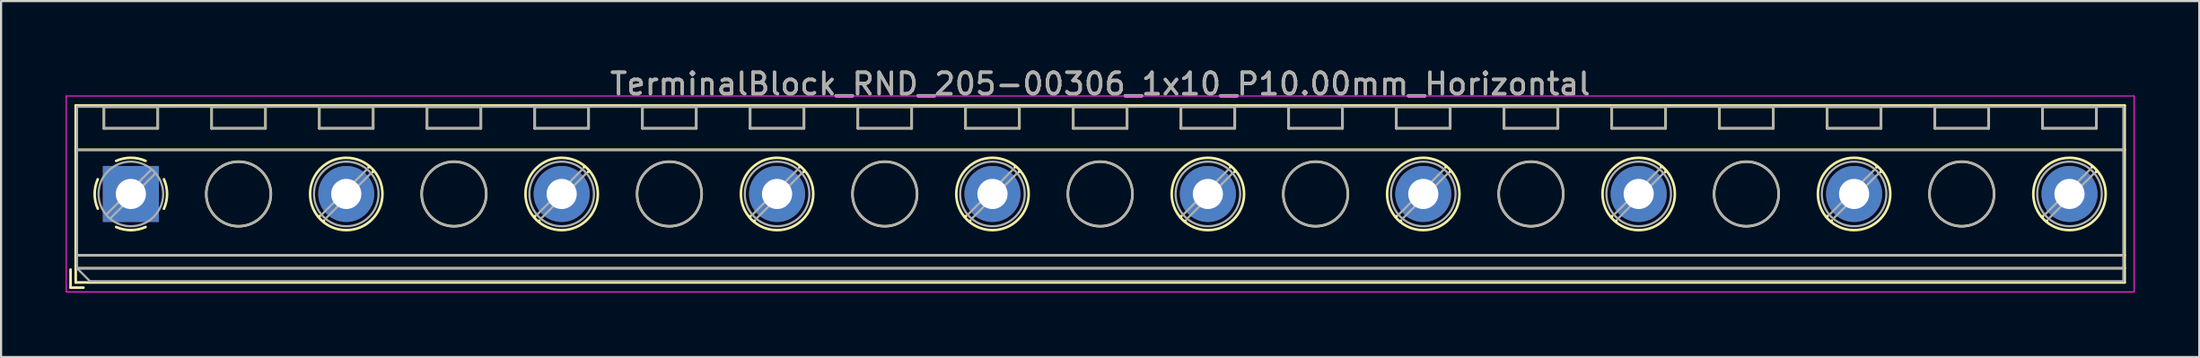
<source format=kicad_pcb>
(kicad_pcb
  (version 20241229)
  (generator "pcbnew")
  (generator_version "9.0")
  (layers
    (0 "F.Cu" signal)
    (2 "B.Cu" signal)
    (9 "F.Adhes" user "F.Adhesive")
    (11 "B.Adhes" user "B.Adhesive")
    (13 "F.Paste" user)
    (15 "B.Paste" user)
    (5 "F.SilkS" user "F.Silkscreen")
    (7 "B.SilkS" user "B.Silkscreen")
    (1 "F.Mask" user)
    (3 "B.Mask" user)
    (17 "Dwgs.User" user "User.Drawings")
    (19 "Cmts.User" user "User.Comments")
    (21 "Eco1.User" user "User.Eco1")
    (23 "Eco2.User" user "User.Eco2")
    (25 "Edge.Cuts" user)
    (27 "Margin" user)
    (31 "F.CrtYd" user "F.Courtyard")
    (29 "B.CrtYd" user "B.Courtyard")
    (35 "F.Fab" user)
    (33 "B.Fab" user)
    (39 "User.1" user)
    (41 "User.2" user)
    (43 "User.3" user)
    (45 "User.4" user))
  (footprint "TerminalBlock_RND_205-00306_1x10_P10.00mm_Horizontal"
    (layer "F.Cu")
    (at 3.025 5.958)
    (property "Reference" "TerminalBlock_RND_205-00306_1x10_P10.00mm_Horizontal" (at 45 -5.11 0) (layer "F.SilkS") (effects (font (size 1 1) (thickness 0.15))))
    (attr through_hole)
    (fp_line (start -2.8 3.51) (end -2.8 4.35) (stroke (width 0.12) (type solid)) (layer "F.SilkS"))
    (fp_line (start -2.8 4.35) (end -2.2 4.35) (stroke (width 0.12) (type solid)) (layer "F.SilkS"))
    (fp_line (start -2.56 -4.11) (end -2.56 4.11) (stroke (width 0.12) (type solid)) (layer "F.SilkS"))
    (fp_line (start -2.56 -4.11) (end 92.56 -4.11) (stroke (width 0.12) (type solid)) (layer "F.SilkS"))
    (fp_line (start -2.56 -2.05) (end 92.56 -2.05) (stroke (width 0.12) (type solid)) (layer "F.SilkS"))
    (fp_line (start -2.56 2.85) (end 92.56 2.85) (stroke (width 0.12) (type solid)) (layer "F.SilkS"))
    (fp_line (start -2.56 3.45) (end 92.56 3.45) (stroke (width 0.12) (type solid)) (layer "F.SilkS"))
    (fp_line (start -2.56 4.11) (end 92.56 4.11) (stroke (width 0.12) (type solid)) (layer "F.SilkS"))
    (fp_line (start -1.25 -4.05) (end -1.25 -3.05) (stroke (width 0.12) (type solid)) (layer "F.SilkS"))
    (fp_line (start -1.25 -4.05) (end 1.25 -4.05) (stroke (width 0.12) (type solid)) (layer "F.SilkS"))
    (fp_line (start -1.25 -3.05) (end 1.25 -3.05) (stroke (width 0.12) (type solid)) (layer "F.SilkS"))
    (fp_line (start 1.25 -4.05) (end 1.25 -3.05) (stroke (width 0.12) (type solid)) (layer "F.SilkS"))
    (fp_line (start 3.75 -4.05) (end 3.75 -3.05) (stroke (width 0.12) (type solid)) (layer "F.SilkS"))
    (fp_line (start 3.75 -4.05) (end 6.25 -4.05) (stroke (width 0.12) (type solid)) (layer "F.SilkS"))
    (fp_line (start 3.75 -3.05) (end 6.25 -3.05) (stroke (width 0.12) (type solid)) (layer "F.SilkS"))
    (fp_line (start 6.25 -4.05) (end 6.25 -3.05) (stroke (width 0.12) (type solid)) (layer "F.SilkS"))
    (fp_line (start 8.75 -4.05) (end 8.75 -3.05) (stroke (width 0.12) (type solid)) (layer "F.SilkS"))
    (fp_line (start 8.75 -4.05) (end 11.25 -4.05) (stroke (width 0.12) (type solid)) (layer "F.SilkS"))
    (fp_line (start 8.75 -3.05) (end 11.25 -3.05) (stroke (width 0.12) (type solid)) (layer "F.SilkS"))
    (fp_line (start 8.773 1.023) (end 8.726 1.069) (stroke (width 0.12) (type solid)) (layer "F.SilkS"))
    (fp_line (start 8.966 1.239) (end 8.931 1.274) (stroke (width 0.12) (type solid)) (layer "F.SilkS"))
    (fp_line (start 11.07 -1.275) (end 11.035 -1.239) (stroke (width 0.12) (type solid)) (layer "F.SilkS"))
    (fp_line (start 11.25 -4.05) (end 11.25 -3.05) (stroke (width 0.12) (type solid)) (layer "F.SilkS"))
    (fp_line (start 11.275 -1.069) (end 11.228 -1.023) (stroke (width 0.12) (type solid)) (layer "F.SilkS"))
    (fp_line (start 13.75 -4.05) (end 13.75 -3.05) (stroke (width 0.12) (type solid)) (layer "F.SilkS"))
    (fp_line (start 13.75 -4.05) (end 16.25 -4.05) (stroke (width 0.12) (type solid)) (layer "F.SilkS"))
    (fp_line (start 13.75 -3.05) (end 16.25 -3.05) (stroke (width 0.12) (type solid)) (layer "F.SilkS"))
    (fp_line (start 16.25 -4.05) (end 16.25 -3.05) (stroke (width 0.12) (type solid)) (layer "F.SilkS"))
    (fp_line (start 18.75 -4.05) (end 18.75 -3.05) (stroke (width 0.12) (type solid)) (layer "F.SilkS"))
    (fp_line (start 18.75 -4.05) (end 21.25 -4.05) (stroke (width 0.12) (type solid)) (layer "F.SilkS"))
    (fp_line (start 18.75 -3.05) (end 21.25 -3.05) (stroke (width 0.12) (type solid)) (layer "F.SilkS"))
    (fp_line (start 18.773 1.023) (end 18.726 1.069) (stroke (width 0.12) (type solid)) (layer "F.SilkS"))
    (fp_line (start 18.966 1.239) (end 18.931 1.274) (stroke (width 0.12) (type solid)) (layer "F.SilkS"))
    (fp_line (start 21.07 -1.275) (end 21.035 -1.239) (stroke (width 0.12) (type solid)) (layer "F.SilkS"))
    (fp_line (start 21.25 -4.05) (end 21.25 -3.05) (stroke (width 0.12) (type solid)) (layer "F.SilkS"))
    (fp_line (start 21.275 -1.069) (end 21.228 -1.023) (stroke (width 0.12) (type solid)) (layer "F.SilkS"))
    (fp_line (start 23.75 -4.05) (end 23.75 -3.05) (stroke (width 0.12) (type solid)) (layer "F.SilkS"))
    (fp_line (start 23.75 -4.05) (end 26.25 -4.05) (stroke (width 0.12) (type solid)) (layer "F.SilkS"))
    (fp_line (start 23.75 -3.05) (end 26.25 -3.05) (stroke (width 0.12) (type solid)) (layer "F.SilkS"))
    (fp_line (start 26.25 -4.05) (end 26.25 -3.05) (stroke (width 0.12) (type solid)) (layer "F.SilkS"))
    (fp_line (start 28.75 -4.05) (end 28.75 -3.05) (stroke (width 0.12) (type solid)) (layer "F.SilkS"))
    (fp_line (start 28.75 -4.05) (end 31.25 -4.05) (stroke (width 0.12) (type solid)) (layer "F.SilkS"))
    (fp_line (start 28.75 -3.05) (end 31.25 -3.05) (stroke (width 0.12) (type solid)) (layer "F.SilkS"))
    (fp_line (start 28.773 1.023) (end 28.726 1.069) (stroke (width 0.12) (type solid)) (layer "F.SilkS"))
    (fp_line (start 28.966 1.239) (end 28.931 1.274) (stroke (width 0.12) (type solid)) (layer "F.SilkS"))
    (fp_line (start 31.07 -1.275) (end 31.035 -1.239) (stroke (width 0.12) (type solid)) (layer "F.SilkS"))
    (fp_line (start 31.25 -4.05) (end 31.25 -3.05) (stroke (width 0.12) (type solid)) (layer "F.SilkS"))
    (fp_line (start 31.275 -1.069) (end 31.228 -1.023) (stroke (width 0.12) (type solid)) (layer "F.SilkS"))
    (fp_line (start 33.75 -4.05) (end 33.75 -3.05) (stroke (width 0.12) (type solid)) (layer "F.SilkS"))
    (fp_line (start 33.75 -4.05) (end 36.25 -4.05) (stroke (width 0.12) (type solid)) (layer "F.SilkS"))
    (fp_line (start 33.75 -3.05) (end 36.25 -3.05) (stroke (width 0.12) (type solid)) (layer "F.SilkS"))
    (fp_line (start 36.25 -4.05) (end 36.25 -3.05) (stroke (width 0.12) (type solid)) (layer "F.SilkS"))
    (fp_line (start 38.75 -4.05) (end 38.75 -3.05) (stroke (width 0.12) (type solid)) (layer "F.SilkS"))
    (fp_line (start 38.75 -4.05) (end 41.25 -4.05) (stroke (width 0.12) (type solid)) (layer "F.SilkS"))
    (fp_line (start 38.75 -3.05) (end 41.25 -3.05) (stroke (width 0.12) (type solid)) (layer "F.SilkS"))
    (fp_line (start 38.773 1.023) (end 38.726 1.069) (stroke (width 0.12) (type solid)) (layer "F.SilkS"))
    (fp_line (start 38.966 1.239) (end 38.931 1.274) (stroke (width 0.12) (type solid)) (layer "F.SilkS"))
    (fp_line (start 41.07 -1.275) (end 41.035 -1.239) (stroke (width 0.12) (type solid)) (layer "F.SilkS"))
    (fp_line (start 41.25 -4.05) (end 41.25 -3.05) (stroke (width 0.12) (type solid)) (layer "F.SilkS"))
    (fp_line (start 41.275 -1.069) (end 41.228 -1.023) (stroke (width 0.12) (type solid)) (layer "F.SilkS"))
    (fp_line (start 43.75 -4.05) (end 43.75 -3.05) (stroke (width 0.12) (type solid)) (layer "F.SilkS"))
    (fp_line (start 43.75 -4.05) (end 46.25 -4.05) (stroke (width 0.12) (type solid)) (layer "F.SilkS"))
    (fp_line (start 43.75 -3.05) (end 46.25 -3.05) (stroke (width 0.12) (type solid)) (layer "F.SilkS"))
    (fp_line (start 46.25 -4.05) (end 46.25 -3.05) (stroke (width 0.12) (type solid)) (layer "F.SilkS"))
    (fp_line (start 48.75 -4.05) (end 48.75 -3.05) (stroke (width 0.12) (type solid)) (layer "F.SilkS"))
    (fp_line (start 48.75 -4.05) (end 51.25 -4.05) (stroke (width 0.12) (type solid)) (layer "F.SilkS"))
    (fp_line (start 48.75 -3.05) (end 51.25 -3.05) (stroke (width 0.12) (type solid)) (layer "F.SilkS"))
    (fp_line (start 48.773 1.023) (end 48.726 1.069) (stroke (width 0.12) (type solid)) (layer "F.SilkS"))
    (fp_line (start 48.966 1.239) (end 48.931 1.274) (stroke (width 0.12) (type solid)) (layer "F.SilkS"))
    (fp_line (start 51.07 -1.275) (end 51.035 -1.239) (stroke (width 0.12) (type solid)) (layer "F.SilkS"))
    (fp_line (start 51.25 -4.05) (end 51.25 -3.05) (stroke (width 0.12) (type solid)) (layer "F.SilkS"))
    (fp_line (start 51.275 -1.069) (end 51.228 -1.023) (stroke (width 0.12) (type solid)) (layer "F.SilkS"))
    (fp_line (start 53.75 -4.05) (end 53.75 -3.05) (stroke (width 0.12) (type solid)) (layer "F.SilkS"))
    (fp_line (start 53.75 -4.05) (end 56.25 -4.05) (stroke (width 0.12) (type solid)) (layer "F.SilkS"))
    (fp_line (start 53.75 -3.05) (end 56.25 -3.05) (stroke (width 0.12) (type solid)) (layer "F.SilkS"))
    (fp_line (start 56.25 -4.05) (end 56.25 -3.05) (stroke (width 0.12) (type solid)) (layer "F.SilkS"))
    (fp_line (start 58.75 -4.05) (end 58.75 -3.05) (stroke (width 0.12) (type solid)) (layer "F.SilkS"))
    (fp_line (start 58.75 -4.05) (end 61.25 -4.05) (stroke (width 0.12) (type solid)) (layer "F.SilkS"))
    (fp_line (start 58.75 -3.05) (end 61.25 -3.05) (stroke (width 0.12) (type solid)) (layer "F.SilkS"))
    (fp_line (start 58.773 1.023) (end 58.726 1.069) (stroke (width 0.12) (type solid)) (layer "F.SilkS"))
    (fp_line (start 58.966 1.239) (end 58.931 1.274) (stroke (width 0.12) (type solid)) (layer "F.SilkS"))
    (fp_line (start 61.07 -1.275) (end 61.035 -1.239) (stroke (width 0.12) (type solid)) (layer "F.SilkS"))
    (fp_line (start 61.25 -4.05) (end 61.25 -3.05) (stroke (width 0.12) (type solid)) (layer "F.SilkS"))
    (fp_line (start 61.275 -1.069) (end 61.228 -1.023) (stroke (width 0.12) (type solid)) (layer "F.SilkS"))
    (fp_line (start 63.75 -4.05) (end 63.75 -3.05) (stroke (width 0.12) (type solid)) (layer "F.SilkS"))
    (fp_line (start 63.75 -4.05) (end 66.25 -4.05) (stroke (width 0.12) (type solid)) (layer "F.SilkS"))
    (fp_line (start 63.75 -3.05) (end 66.25 -3.05) (stroke (width 0.12) (type solid)) (layer "F.SilkS"))
    (fp_line (start 66.25 -4.05) (end 66.25 -3.05) (stroke (width 0.12) (type solid)) (layer "F.SilkS"))
    (fp_line (start 68.75 -4.05) (end 68.75 -3.05) (stroke (width 0.12) (type solid)) (layer "F.SilkS"))
    (fp_line (start 68.75 -4.05) (end 71.25 -4.05) (stroke (width 0.12) (type solid)) (layer "F.SilkS"))
    (fp_line (start 68.75 -3.05) (end 71.25 -3.05) (stroke (width 0.12) (type solid)) (layer "F.SilkS"))
    (fp_line (start 68.773 1.023) (end 68.726 1.069) (stroke (width 0.12) (type solid)) (layer "F.SilkS"))
    (fp_line (start 68.966 1.239) (end 68.931 1.274) (stroke (width 0.12) (type solid)) (layer "F.SilkS"))
    (fp_line (start 71.07 -1.275) (end 71.035 -1.239) (stroke (width 0.12) (type solid)) (layer "F.SilkS"))
    (fp_line (start 71.25 -4.05) (end 71.25 -3.05) (stroke (width 0.12) (type solid)) (layer "F.SilkS"))
    (fp_line (start 71.275 -1.069) (end 71.228 -1.023) (stroke (width 0.12) (type solid)) (layer "F.SilkS"))
    (fp_line (start 73.75 -4.05) (end 73.75 -3.05) (stroke (width 0.12) (type solid)) (layer "F.SilkS"))
    (fp_line (start 73.75 -4.05) (end 76.25 -4.05) (stroke (width 0.12) (type solid)) (layer "F.SilkS"))
    (fp_line (start 73.75 -3.05) (end 76.25 -3.05) (stroke (width 0.12) (type solid)) (layer "F.SilkS"))
    (fp_line (start 76.25 -4.05) (end 76.25 -3.05) (stroke (width 0.12) (type solid)) (layer "F.SilkS"))
    (fp_line (start 78.75 -4.05) (end 78.75 -3.05) (stroke (width 0.12) (type solid)) (layer "F.SilkS"))
    (fp_line (start 78.75 -4.05) (end 81.25 -4.05) (stroke (width 0.12) (type solid)) (layer "F.SilkS"))
    (fp_line (start 78.75 -3.05) (end 81.25 -3.05) (stroke (width 0.12) (type solid)) (layer "F.SilkS"))
    (fp_line (start 78.773 1.023) (end 78.726 1.069) (stroke (width 0.12) (type solid)) (layer "F.SilkS"))
    (fp_line (start 78.966 1.239) (end 78.931 1.274) (stroke (width 0.12) (type solid)) (layer "F.SilkS"))
    (fp_line (start 81.07 -1.275) (end 81.035 -1.239) (stroke (width 0.12) (type solid)) (layer "F.SilkS"))
    (fp_line (start 81.25 -4.05) (end 81.25 -3.05) (stroke (width 0.12) (type solid)) (layer "F.SilkS"))
    (fp_line (start 81.275 -1.069) (end 81.228 -1.023) (stroke (width 0.12) (type solid)) (layer "F.SilkS"))
    (fp_line (start 83.75 -4.05) (end 83.75 -3.05) (stroke (width 0.12) (type solid)) (layer "F.SilkS"))
    (fp_line (start 83.75 -4.05) (end 86.25 -4.05) (stroke (width 0.12) (type solid)) (layer "F.SilkS"))
    (fp_line (start 83.75 -3.05) (end 86.25 -3.05) (stroke (width 0.12) (type solid)) (layer "F.SilkS"))
    (fp_line (start 86.25 -4.05) (end 86.25 -3.05) (stroke (width 0.12) (type solid)) (layer "F.SilkS"))
    (fp_line (start 88.75 -4.05) (end 88.75 -3.05) (stroke (width 0.12) (type solid)) (layer "F.SilkS"))
    (fp_line (start 88.75 -4.05) (end 91.25 -4.05) (stroke (width 0.12) (type solid)) (layer "F.SilkS"))
    (fp_line (start 88.75 -3.05) (end 91.25 -3.05) (stroke (width 0.12) (type solid)) (layer "F.SilkS"))
    (fp_line (start 88.773 1.023) (end 88.726 1.069) (stroke (width 0.12) (type solid)) (layer "F.SilkS"))
    (fp_line (start 88.966 1.239) (end 88.931 1.274) (stroke (width 0.12) (type solid)) (layer "F.SilkS"))
    (fp_line (start 91.07 -1.275) (end 91.035 -1.239) (stroke (width 0.12) (type solid)) (layer "F.SilkS"))
    (fp_line (start 91.25 -4.05) (end 91.25 -3.05) (stroke (width 0.12) (type solid)) (layer "F.SilkS"))
    (fp_line (start 91.275 -1.069) (end 91.228 -1.023) (stroke (width 0.12) (type solid)) (layer "F.SilkS"))
    (fp_line (start 92.56 -4.11) (end 92.56 4.11) (stroke (width 0.12) (type solid)) (layer "F.SilkS"))
    (fp_arc (start -1.535427 0.683042) (mid -1.680501 -0.000524) (end -1.535 -0.684) (stroke (width 0.12) (type solid)) (layer "F.SilkS"))
    (fp_arc (start -0.683042 -1.535427) (mid 0.000524 -1.680501) (end 0.684 -1.535) (stroke (width 0.12) (type solid)) (layer "F.SilkS"))
    (fp_arc (start 0.028805 1.680253) (mid -0.335551 1.646659) (end -0.684 1.535) (stroke (width 0.12) (type solid)) (layer "F.SilkS"))
    (fp_arc (start 0.683318 1.534756) (mid 0.349292 1.643288) (end 0 1.68) (stroke (width 0.12) (type solid)) (layer "F.SilkS"))
    (fp_arc (start 1.535427 -0.683042) (mid 1.680501 0.000524) (end 1.535 0.684) (stroke (width 0.12) (type solid)) (layer "F.SilkS"))
    (fp_circle (center 5 0) (end 6.5 0) (stroke (width 0.12) (type solid)) (fill no) (layer "F.SilkS"))
    (fp_circle (center 10 0) (end 11.68 0) (stroke (width 0.12) (type solid)) (fill no) (layer "F.SilkS"))
    (fp_circle (center 15 0) (end 16.5 0) (stroke (width 0.12) (type solid)) (fill no) (layer "F.SilkS"))
    (fp_circle (center 20 0) (end 21.68 0) (stroke (width 0.12) (type solid)) (fill no) (layer "F.SilkS"))
    (fp_circle (center 25 0) (end 26.5 0) (stroke (width 0.12) (type solid)) (fill no) (layer "F.SilkS"))
    (fp_circle (center 30 0) (end 31.68 0) (stroke (width 0.12) (type solid)) (fill no) (layer "F.SilkS"))
    (fp_circle (center 35 0) (end 36.5 0) (stroke (width 0.12) (type solid)) (fill no) (layer "F.SilkS"))
    (fp_circle (center 40 0) (end 41.68 0) (stroke (width 0.12) (type solid)) (fill no) (layer "F.SilkS"))
    (fp_circle (center 45 0) (end 46.5 0) (stroke (width 0.12) (type solid)) (fill no) (layer "F.SilkS"))
    (fp_circle (center 50 0) (end 51.68 0) (stroke (width 0.12) (type solid)) (fill no) (layer "F.SilkS"))
    (fp_circle (center 55 0) (end 56.5 0) (stroke (width 0.12) (type solid)) (fill no) (layer "F.SilkS"))
    (fp_circle (center 60 0) (end 61.68 0) (stroke (width 0.12) (type solid)) (fill no) (layer "F.SilkS"))
    (fp_circle (center 65 0) (end 66.5 0) (stroke (width 0.12) (type solid)) (fill no) (layer "F.SilkS"))
    (fp_circle (center 70 0) (end 71.68 0) (stroke (width 0.12) (type solid)) (fill no) (layer "F.SilkS"))
    (fp_circle (center 75 0) (end 76.5 0) (stroke (width 0.12) (type solid)) (fill no) (layer "F.SilkS"))
    (fp_circle (center 80 0) (end 81.68 0) (stroke (width 0.12) (type solid)) (fill no) (layer "F.SilkS"))
    (fp_circle (center 85 0) (end 86.5 0) (stroke (width 0.12) (type solid)) (fill no) (layer "F.SilkS"))
    (fp_circle (center 90 0) (end 91.68 0) (stroke (width 0.12) (type solid)) (fill no) (layer "F.SilkS"))
    (fp_line (start -3 -4.55) (end -3 4.55) (stroke (width 0.05) (type solid)) (layer "F.CrtYd"))
    (fp_line (start -3 4.55) (end 93 4.55) (stroke (width 0.05) (type solid)) (layer "F.CrtYd"))
    (fp_line (start 93 -4.55) (end -3 -4.55) (stroke (width 0.05) (type solid)) (layer "F.CrtYd"))
    (fp_line (start 93 4.55) (end 93 -4.55) (stroke (width 0.05) (type solid)) (layer "F.CrtYd"))
    (fp_line (start -2.5 -4.05) (end 92.5 -4.05) (stroke (width 0.1) (type solid)) (layer "F.Fab"))
    (fp_line (start -2.5 -2.05) (end 92.5 -2.05) (stroke (width 0.1) (type solid)) (layer "F.Fab"))
    (fp_line (start -2.5 2.85) (end 92.5 2.85) (stroke (width 0.1) (type solid)) (layer "F.Fab"))
    (fp_line (start -2.5 3.45) (end -2.5 -4.05) (stroke (width 0.1) (type solid)) (layer "F.Fab"))
    (fp_line (start -2.5 3.45) (end 92.5 3.45) (stroke (width 0.1) (type solid)) (layer "F.Fab"))
    (fp_line (start -1.9 4.05) (end -2.5 3.45) (stroke (width 0.1) (type solid)) (layer "F.Fab"))
    (fp_line (start -1.25 -4.05) (end -1.25 -3.05) (stroke (width 0.1) (type solid)) (layer "F.Fab"))
    (fp_line (start -1.25 -3.05) (end 1.25 -3.05) (stroke (width 0.1) (type solid)) (layer "F.Fab"))
    (fp_line (start 0.955 -1.138) (end -1.138 0.955) (stroke (width 0.1) (type solid)) (layer "F.Fab"))
    (fp_line (start 1.138 -0.955) (end -0.955 1.138) (stroke (width 0.1) (type solid)) (layer "F.Fab"))
    (fp_line (start 1.25 -4.05) (end -1.25 -4.05) (stroke (width 0.1) (type solid)) (layer "F.Fab"))
    (fp_line (start 1.25 -3.05) (end 1.25 -4.05) (stroke (width 0.1) (type solid)) (layer "F.Fab"))
    (fp_line (start 3.75 -4.05) (end 3.75 -3.05) (stroke (width 0.1) (type solid)) (layer "F.Fab"))
    (fp_line (start 3.75 -3.05) (end 6.25 -3.05) (stroke (width 0.1) (type solid)) (layer "F.Fab"))
    (fp_line (start 6.25 -4.05) (end 3.75 -4.05) (stroke (width 0.1) (type solid)) (layer "F.Fab"))
    (fp_line (start 6.25 -3.05) (end 6.25 -4.05) (stroke (width 0.1) (type solid)) (layer "F.Fab"))
    (fp_line (start 8.75 -4.05) (end 8.75 -3.05) (stroke (width 0.1) (type solid)) (layer "F.Fab"))
    (fp_line (start 8.75 -3.05) (end 11.25 -3.05) (stroke (width 0.1) (type solid)) (layer "F.Fab"))
    (fp_line (start 10.955 -1.138) (end 8.863 0.955) (stroke (width 0.1) (type solid)) (layer "F.Fab"))
    (fp_line (start 11.138 -0.955) (end 9.046 1.138) (stroke (width 0.1) (type solid)) (layer "F.Fab"))
    (fp_line (start 11.25 -4.05) (end 8.75 -4.05) (stroke (width 0.1) (type solid)) (layer "F.Fab"))
    (fp_line (start 11.25 -3.05) (end 11.25 -4.05) (stroke (width 0.1) (type solid)) (layer "F.Fab"))
    (fp_line (start 13.75 -4.05) (end 13.75 -3.05) (stroke (width 0.1) (type solid)) (layer "F.Fab"))
    (fp_line (start 13.75 -3.05) (end 16.25 -3.05) (stroke (width 0.1) (type solid)) (layer "F.Fab"))
    (fp_line (start 16.25 -4.05) (end 13.75 -4.05) (stroke (width 0.1) (type solid)) (layer "F.Fab"))
    (fp_line (start 16.25 -3.05) (end 16.25 -4.05) (stroke (width 0.1) (type solid)) (layer "F.Fab"))
    (fp_line (start 18.75 -4.05) (end 18.75 -3.05) (stroke (width 0.1) (type solid)) (layer "F.Fab"))
    (fp_line (start 18.75 -3.05) (end 21.25 -3.05) (stroke (width 0.1) (type solid)) (layer "F.Fab"))
    (fp_line (start 20.955 -1.138) (end 18.863 0.955) (stroke (width 0.1) (type solid)) (layer "F.Fab"))
    (fp_line (start 21.138 -0.955) (end 19.046 1.138) (stroke (width 0.1) (type solid)) (layer "F.Fab"))
    (fp_line (start 21.25 -4.05) (end 18.75 -4.05) (stroke (width 0.1) (type solid)) (layer "F.Fab"))
    (fp_line (start 21.25 -3.05) (end 21.25 -4.05) (stroke (width 0.1) (type solid)) (layer "F.Fab"))
    (fp_line (start 23.75 -4.05) (end 23.75 -3.05) (stroke (width 0.1) (type solid)) (layer "F.Fab"))
    (fp_line (start 23.75 -3.05) (end 26.25 -3.05) (stroke (width 0.1) (type solid)) (layer "F.Fab"))
    (fp_line (start 26.25 -4.05) (end 23.75 -4.05) (stroke (width 0.1) (type solid)) (layer "F.Fab"))
    (fp_line (start 26.25 -3.05) (end 26.25 -4.05) (stroke (width 0.1) (type solid)) (layer "F.Fab"))
    (fp_line (start 28.75 -4.05) (end 28.75 -3.05) (stroke (width 0.1) (type solid)) (layer "F.Fab"))
    (fp_line (start 28.75 -3.05) (end 31.25 -3.05) (stroke (width 0.1) (type solid)) (layer "F.Fab"))
    (fp_line (start 30.955 -1.138) (end 28.863 0.955) (stroke (width 0.1) (type solid)) (layer "F.Fab"))
    (fp_line (start 31.138 -0.955) (end 29.046 1.138) (stroke (width 0.1) (type solid)) (layer "F.Fab"))
    (fp_line (start 31.25 -4.05) (end 28.75 -4.05) (stroke (width 0.1) (type solid)) (layer "F.Fab"))
    (fp_line (start 31.25 -3.05) (end 31.25 -4.05) (stroke (width 0.1) (type solid)) (layer "F.Fab"))
    (fp_line (start 33.75 -4.05) (end 33.75 -3.05) (stroke (width 0.1) (type solid)) (layer "F.Fab"))
    (fp_line (start 33.75 -3.05) (end 36.25 -3.05) (stroke (width 0.1) (type solid)) (layer "F.Fab"))
    (fp_line (start 36.25 -4.05) (end 33.75 -4.05) (stroke (width 0.1) (type solid)) (layer "F.Fab"))
    (fp_line (start 36.25 -3.05) (end 36.25 -4.05) (stroke (width 0.1) (type solid)) (layer "F.Fab"))
    (fp_line (start 38.75 -4.05) (end 38.75 -3.05) (stroke (width 0.1) (type solid)) (layer "F.Fab"))
    (fp_line (start 38.75 -3.05) (end 41.25 -3.05) (stroke (width 0.1) (type solid)) (layer "F.Fab"))
    (fp_line (start 40.955 -1.138) (end 38.863 0.955) (stroke (width 0.1) (type solid)) (layer "F.Fab"))
    (fp_line (start 41.138 -0.955) (end 39.046 1.138) (stroke (width 0.1) (type solid)) (layer "F.Fab"))
    (fp_line (start 41.25 -4.05) (end 38.75 -4.05) (stroke (width 0.1) (type solid)) (layer "F.Fab"))
    (fp_line (start 41.25 -3.05) (end 41.25 -4.05) (stroke (width 0.1) (type solid)) (layer "F.Fab"))
    (fp_line (start 43.75 -4.05) (end 43.75 -3.05) (stroke (width 0.1) (type solid)) (layer "F.Fab"))
    (fp_line (start 43.75 -3.05) (end 46.25 -3.05) (stroke (width 0.1) (type solid)) (layer "F.Fab"))
    (fp_line (start 46.25 -4.05) (end 43.75 -4.05) (stroke (width 0.1) (type solid)) (layer "F.Fab"))
    (fp_line (start 46.25 -3.05) (end 46.25 -4.05) (stroke (width 0.1) (type solid)) (layer "F.Fab"))
    (fp_line (start 48.75 -4.05) (end 48.75 -3.05) (stroke (width 0.1) (type solid)) (layer "F.Fab"))
    (fp_line (start 48.75 -3.05) (end 51.25 -3.05) (stroke (width 0.1) (type solid)) (layer "F.Fab"))
    (fp_line (start 50.955 -1.138) (end 48.863 0.955) (stroke (width 0.1) (type solid)) (layer "F.Fab"))
    (fp_line (start 51.138 -0.955) (end 49.046 1.138) (stroke (width 0.1) (type solid)) (layer "F.Fab"))
    (fp_line (start 51.25 -4.05) (end 48.75 -4.05) (stroke (width 0.1) (type solid)) (layer "F.Fab"))
    (fp_line (start 51.25 -3.05) (end 51.25 -4.05) (stroke (width 0.1) (type solid)) (layer "F.Fab"))
    (fp_line (start 53.75 -4.05) (end 53.75 -3.05) (stroke (width 0.1) (type solid)) (layer "F.Fab"))
    (fp_line (start 53.75 -3.05) (end 56.25 -3.05) (stroke (width 0.1) (type solid)) (layer "F.Fab"))
    (fp_line (start 56.25 -4.05) (end 53.75 -4.05) (stroke (width 0.1) (type solid)) (layer "F.Fab"))
    (fp_line (start 56.25 -3.05) (end 56.25 -4.05) (stroke (width 0.1) (type solid)) (layer "F.Fab"))
    (fp_line (start 58.75 -4.05) (end 58.75 -3.05) (stroke (width 0.1) (type solid)) (layer "F.Fab"))
    (fp_line (start 58.75 -3.05) (end 61.25 -3.05) (stroke (width 0.1) (type solid)) (layer "F.Fab"))
    (fp_line (start 60.955 -1.138) (end 58.863 0.955) (stroke (width 0.1) (type solid)) (layer "F.Fab"))
    (fp_line (start 61.138 -0.955) (end 59.046 1.138) (stroke (width 0.1) (type solid)) (layer "F.Fab"))
    (fp_line (start 61.25 -4.05) (end 58.75 -4.05) (stroke (width 0.1) (type solid)) (layer "F.Fab"))
    (fp_line (start 61.25 -3.05) (end 61.25 -4.05) (stroke (width 0.1) (type solid)) (layer "F.Fab"))
    (fp_line (start 63.75 -4.05) (end 63.75 -3.05) (stroke (width 0.1) (type solid)) (layer "F.Fab"))
    (fp_line (start 63.75 -3.05) (end 66.25 -3.05) (stroke (width 0.1) (type solid)) (layer "F.Fab"))
    (fp_line (start 66.25 -4.05) (end 63.75 -4.05) (stroke (width 0.1) (type solid)) (layer "F.Fab"))
    (fp_line (start 66.25 -3.05) (end 66.25 -4.05) (stroke (width 0.1) (type solid)) (layer "F.Fab"))
    (fp_line (start 68.75 -4.05) (end 68.75 -3.05) (stroke (width 0.1) (type solid)) (layer "F.Fab"))
    (fp_line (start 68.75 -3.05) (end 71.25 -3.05) (stroke (width 0.1) (type solid)) (layer "F.Fab"))
    (fp_line (start 70.955 -1.138) (end 68.863 0.955) (stroke (width 0.1) (type solid)) (layer "F.Fab"))
    (fp_line (start 71.138 -0.955) (end 69.046 1.138) (stroke (width 0.1) (type solid)) (layer "F.Fab"))
    (fp_line (start 71.25 -4.05) (end 68.75 -4.05) (stroke (width 0.1) (type solid)) (layer "F.Fab"))
    (fp_line (start 71.25 -3.05) (end 71.25 -4.05) (stroke (width 0.1) (type solid)) (layer "F.Fab"))
    (fp_line (start 73.75 -4.05) (end 73.75 -3.05) (stroke (width 0.1) (type solid)) (layer "F.Fab"))
    (fp_line (start 73.75 -3.05) (end 76.25 -3.05) (stroke (width 0.1) (type solid)) (layer "F.Fab"))
    (fp_line (start 76.25 -4.05) (end 73.75 -4.05) (stroke (width 0.1) (type solid)) (layer "F.Fab"))
    (fp_line (start 76.25 -3.05) (end 76.25 -4.05) (stroke (width 0.1) (type solid)) (layer "F.Fab"))
    (fp_line (start 78.75 -4.05) (end 78.75 -3.05) (stroke (width 0.1) (type solid)) (layer "F.Fab"))
    (fp_line (start 78.75 -3.05) (end 81.25 -3.05) (stroke (width 0.1) (type solid)) (layer "F.Fab"))
    (fp_line (start 80.955 -1.138) (end 78.863 0.955) (stroke (width 0.1) (type solid)) (layer "F.Fab"))
    (fp_line (start 81.138 -0.955) (end 79.046 1.138) (stroke (width 0.1) (type solid)) (layer "F.Fab"))
    (fp_line (start 81.25 -4.05) (end 78.75 -4.05) (stroke (width 0.1) (type solid)) (layer "F.Fab"))
    (fp_line (start 81.25 -3.05) (end 81.25 -4.05) (stroke (width 0.1) (type solid)) (layer "F.Fab"))
    (fp_line (start 83.75 -4.05) (end 83.75 -3.05) (stroke (width 0.1) (type solid)) (layer "F.Fab"))
    (fp_line (start 83.75 -3.05) (end 86.25 -3.05) (stroke (width 0.1) (type solid)) (layer "F.Fab"))
    (fp_line (start 86.25 -4.05) (end 83.75 -4.05) (stroke (width 0.1) (type solid)) (layer "F.Fab"))
    (fp_line (start 86.25 -3.05) (end 86.25 -4.05) (stroke (width 0.1) (type solid)) (layer "F.Fab"))
    (fp_line (start 88.75 -4.05) (end 88.75 -3.05) (stroke (width 0.1) (type solid)) (layer "F.Fab"))
    (fp_line (start 88.75 -3.05) (end 91.25 -3.05) (stroke (width 0.1) (type solid)) (layer "F.Fab"))
    (fp_line (start 90.955 -1.138) (end 88.863 0.955) (stroke (width 0.1) (type solid)) (layer "F.Fab"))
    (fp_line (start 91.138 -0.955) (end 89.046 1.138) (stroke (width 0.1) (type solid)) (layer "F.Fab"))
    (fp_line (start 91.25 -4.05) (end 88.75 -4.05) (stroke (width 0.1) (type solid)) (layer "F.Fab"))
    (fp_line (start 91.25 -3.05) (end 91.25 -4.05) (stroke (width 0.1) (type solid)) (layer "F.Fab"))
    (fp_line (start 92.5 -4.05) (end 92.5 4.05) (stroke (width 0.1) (type solid)) (layer "F.Fab"))
    (fp_line (start 92.5 4.05) (end -1.9 4.05) (stroke (width 0.1) (type solid)) (layer "F.Fab"))
    (fp_circle (center 0 0) (end 1.5 0) (stroke (width 0.1) (type solid)) (fill no) (layer "F.Fab"))
    (fp_circle (center 5 0) (end 6.5 0) (stroke (width 0.1) (type solid)) (fill no) (layer "F.Fab"))
    (fp_circle (center 10 0) (end 11.5 0) (stroke (width 0.1) (type solid)) (fill no) (layer "F.Fab"))
    (fp_circle (center 15 0) (end 16.5 0) (stroke (width 0.1) (type solid)) (fill no) (layer "F.Fab"))
    (fp_circle (center 20 0) (end 21.5 0) (stroke (width 0.1) (type solid)) (fill no) (layer "F.Fab"))
    (fp_circle (center 25 0) (end 26.5 0) (stroke (width 0.1) (type solid)) (fill no) (layer "F.Fab"))
    (fp_circle (center 30 0) (end 31.5 0) (stroke (width 0.1) (type solid)) (fill no) (layer "F.Fab"))
    (fp_circle (center 35 0) (end 36.5 0) (stroke (width 0.1) (type solid)) (fill no) (layer "F.Fab"))
    (fp_circle (center 40 0) (end 41.5 0) (stroke (width 0.1) (type solid)) (fill no) (layer "F.Fab"))
    (fp_circle (center 45 0) (end 46.5 0) (stroke (width 0.1) (type solid)) (fill no) (layer "F.Fab"))
    (fp_circle (center 50 0) (end 51.5 0) (stroke (width 0.1) (type solid)) (fill no) (layer "F.Fab"))
    (fp_circle (center 55 0) (end 56.5 0) (stroke (width 0.1) (type solid)) (fill no) (layer "F.Fab"))
    (fp_circle (center 60 0) (end 61.5 0) (stroke (width 0.1) (type solid)) (fill no) (layer "F.Fab"))
    (fp_circle (center 65 0) (end 66.5 0) (stroke (width 0.1) (type solid)) (fill no) (layer "F.Fab"))
    (fp_circle (center 70 0) (end 71.5 0) (stroke (width 0.1) (type solid)) (fill no) (layer "F.Fab"))
    (fp_circle (center 75 0) (end 76.5 0) (stroke (width 0.1) (type solid)) (fill no) (layer "F.Fab"))
    (fp_circle (center 80 0) (end 81.5 0) (stroke (width 0.1) (type solid)) (fill no) (layer "F.Fab"))
    (fp_circle (center 85 0) (end 86.5 0) (stroke (width 0.1) (type solid)) (fill no) (layer "F.Fab"))
    (fp_circle (center 90 0) (end 91.5 0) (stroke (width 0.1) (type solid)) (fill no) (layer "F.Fab"))
    (fp_text user "${REFERENCE}" (at 45 -5.11 0) (layer "F.Fab") (effects (font (size 1 1) (thickness 0.15))))
    (pad "1" thru_hole rect (at 0 0) (size 2.6 2.6) (drill 1.4) (layers "*.Cu" "*.Mask"))
    (pad "2" thru_hole circle (at 10 0) (size 2.6 2.6) (drill 1.4) (layers "*.Cu" "*.Mask"))
    (pad "3" thru_hole circle (at 20 0) (size 2.6 2.6) (drill 1.4) (layers "*.Cu" "*.Mask"))
    (pad "4" thru_hole circle (at 30 0) (size 2.6 2.6) (drill 1.4) (layers "*.Cu" "*.Mask"))
    (pad "5" thru_hole circle (at 40 0) (size 2.6 2.6) (drill 1.4) (layers "*.Cu" "*.Mask"))
    (pad "6" thru_hole circle (at 50 0) (size 2.6 2.6) (drill 1.4) (layers "*.Cu" "*.Mask"))
    (pad "7" thru_hole circle (at 60 0) (size 2.6 2.6) (drill 1.4) (layers "*.Cu" "*.Mask"))
    (pad "8" thru_hole circle (at 70 0) (size 2.6 2.6) (drill 1.4) (layers "*.Cu" "*.Mask"))
    (pad "9" thru_hole circle (at 80 0) (size 2.6 2.6) (drill 1.4) (layers "*.Cu" "*.Mask"))
    (pad "10" thru_hole circle (at 90 0) (size 2.6 2.6) (drill 1.4) (layers "*.Cu" "*.Mask")))
  (gr_rect
    (start -3 -3)
    (end 99.05 13.533)
    (stroke (width 0.1) (type default))
    (fill no)
    (layer "Edge.Cuts")))
</source>
